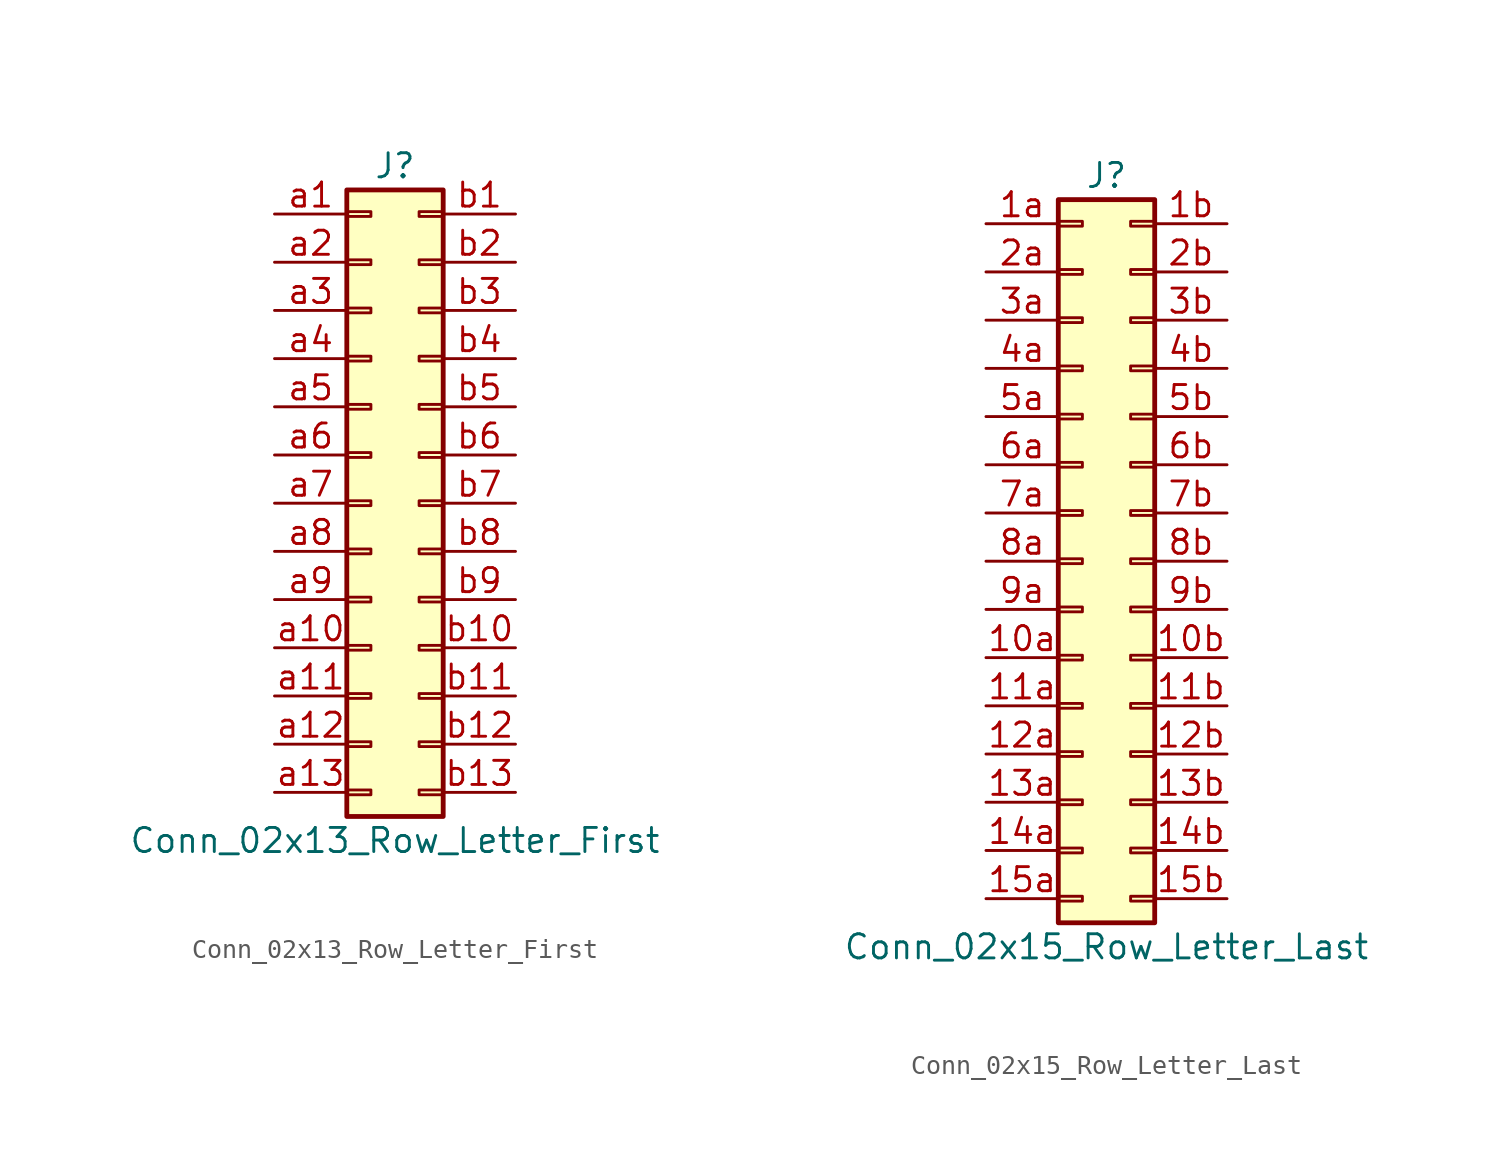
<source format=kicad_sym>
(kicad_symbol_lib
  (version 20201005)
  (generator kicad_symbol_editor)
  (symbol "Connector_Generic:Conn_02x13_Row_Letter_First"
    (pin_names
      (offset 1.016) hide)
    (property "Reference" "J"
      (at 1.27 17.78 0)
      (effects (font (size 1.27 1.27))))
    (property "Value" "Conn_02x13_Row_Letter_First"
      (at 1.27 -17.78 0)
      (effects (font (size 1.27 1.27))))
    (symbol "Conn_02x13_Row_Letter_First_1_1"
      (rectangle (start -1.27 -4.953) (end 0 -5.207) (stroke (width 0.152)) (fill (type none)))
      (rectangle (start -1.27 -7.493) (end 0 -7.747) (stroke (width 0.152)) (fill (type none)))
      (rectangle (start -1.27 -10.033) (end 0 -10.287) (stroke (width 0.152)) (fill (type none)))
      (rectangle (start -1.27 -12.573) (end 0 -12.827) (stroke (width 0.152)) (fill (type none)))
      (rectangle (start -1.27 -15.113) (end 0 -15.367) (stroke (width 0.152)) (fill (type none)))
      (rectangle (start -1.27 -2.413) (end 0 -2.667) (stroke (width 0.152)) (fill (type none)))
      (rectangle (start -1.27 2.667) (end 0 2.413) (stroke (width 0.152)) (fill (type none)))
      (rectangle (start -1.27 5.207) (end 0 4.953) (stroke (width 0.152)) (fill (type none)))
      (rectangle (start -1.27 7.747) (end 0 7.493) (stroke (width 0.152)) (fill (type none)))
      (rectangle (start -1.27 10.287) (end 0 10.033) (stroke (width 0.152)) (fill (type none)))
      (rectangle (start -1.27 0.127) (end 0 -0.127) (stroke (width 0.152)) (fill (type none)))
      (rectangle (start -1.27 12.827) (end 0 12.573) (stroke (width 0.152)) (fill (type none)))
      (rectangle (start -1.27 15.367) (end 0 15.113) (stroke (width 0.152)) (fill (type none)))
      (rectangle (start -1.27 16.51) (end 3.81 -16.51) (stroke (width 0.254)) (fill (type background)))
      (rectangle (start 3.81 -4.953) (end 2.54 -5.207) (stroke (width 0.152)) (fill (type none)))
      (rectangle (start 3.81 -7.493) (end 2.54 -7.747) (stroke (width 0.152)) (fill (type none)))
      (rectangle (start 3.81 -10.033) (end 2.54 -10.287) (stroke (width 0.152)) (fill (type none)))
      (rectangle (start 3.81 -12.573) (end 2.54 -12.827) (stroke (width 0.152)) (fill (type none)))
      (rectangle (start 3.81 -15.113) (end 2.54 -15.367) (stroke (width 0.152)) (fill (type none)))
      (rectangle (start 3.81 -2.413) (end 2.54 -2.667) (stroke (width 0.152)) (fill (type none)))
      (rectangle (start 3.81 2.667) (end 2.54 2.413) (stroke (width 0.152)) (fill (type none)))
      (rectangle (start 3.81 5.207) (end 2.54 4.953) (stroke (width 0.152)) (fill (type none)))
      (rectangle (start 3.81 7.747) (end 2.54 7.493) (stroke (width 0.152)) (fill (type none)))
      (rectangle (start 3.81 10.287) (end 2.54 10.033) (stroke (width 0.152)) (fill (type none)))
      (rectangle (start 3.81 0.127) (end 2.54 -0.127) (stroke (width 0.152)) (fill (type none)))
      (rectangle (start 3.81 12.827) (end 2.54 12.573) (stroke (width 0.152)) (fill (type none)))
      (rectangle (start 3.81 15.367) (end 2.54 15.113) (stroke (width 0.152)) (fill (type none)))
      (pin passive line (at -5.08 15.24 0) (length 3.81) (name "Pin_a1" (effects (font (size 1.27 1.27)))) (number "a1" (effects (font (size 1.27 1.27)))))
      (pin passive line (at -5.08 -7.62 0) (length 3.81) (name "Pin_a10" (effects (font (size 1.27 1.27)))) (number "a10" (effects (font (size 1.27 1.27)))))
      (pin passive line (at -5.08 -10.16 0) (length 3.81) (name "Pin_a11" (effects (font (size 1.27 1.27)))) (number "a11" (effects (font (size 1.27 1.27)))))
      (pin passive line (at -5.08 -12.7 0) (length 3.81) (name "Pin_a12" (effects (font (size 1.27 1.27)))) (number "a12" (effects (font (size 1.27 1.27)))))
      (pin passive line (at -5.08 -15.24 0) (length 3.81) (name "Pin_a13" (effects (font (size 1.27 1.27)))) (number "a13" (effects (font (size 1.27 1.27)))))
      (pin passive line (at -5.08 12.7 0) (length 3.81) (name "Pin_a2" (effects (font (size 1.27 1.27)))) (number "a2" (effects (font (size 1.27 1.27)))))
      (pin passive line (at -5.08 10.16 0) (length 3.81) (name "Pin_a3" (effects (font (size 1.27 1.27)))) (number "a3" (effects (font (size 1.27 1.27)))))
      (pin passive line (at -5.08 7.62 0) (length 3.81) (name "Pin_a4" (effects (font (size 1.27 1.27)))) (number "a4" (effects (font (size 1.27 1.27)))))
      (pin passive line (at -5.08 5.08 0) (length 3.81) (name "Pin_a5" (effects (font (size 1.27 1.27)))) (number "a5" (effects (font (size 1.27 1.27)))))
      (pin passive line (at -5.08 2.54 0) (length 3.81) (name "Pin_a6" (effects (font (size 1.27 1.27)))) (number "a6" (effects (font (size 1.27 1.27)))))
      (pin passive line (at -5.08 0 0) (length 3.81) (name "Pin_a7" (effects (font (size 1.27 1.27)))) (number "a7" (effects (font (size 1.27 1.27)))))
      (pin passive line (at -5.08 -2.54 0) (length 3.81) (name "Pin_a8" (effects (font (size 1.27 1.27)))) (number "a8" (effects (font (size 1.27 1.27)))))
      (pin passive line (at -5.08 -5.08 0) (length 3.81) (name "Pin_a9" (effects (font (size 1.27 1.27)))) (number "a9" (effects (font (size 1.27 1.27)))))
      (pin passive line (at 7.62 15.24 180) (length 3.81) (name "Pin_b1" (effects (font (size 1.27 1.27)))) (number "b1" (effects (font (size 1.27 1.27)))))
      (pin passive line (at 7.62 -7.62 180) (length 3.81) (name "Pin_b10" (effects (font (size 1.27 1.27)))) (number "b10" (effects (font (size 1.27 1.27)))))
      (pin passive line (at 7.62 -10.16 180) (length 3.81) (name "Pin_b11" (effects (font (size 1.27 1.27)))) (number "b11" (effects (font (size 1.27 1.27)))))
      (pin passive line (at 7.62 -12.7 180) (length 3.81) (name "Pin_b12" (effects (font (size 1.27 1.27)))) (number "b12" (effects (font (size 1.27 1.27)))))
      (pin passive line (at 7.62 -15.24 180) (length 3.81) (name "Pin_b13" (effects (font (size 1.27 1.27)))) (number "b13" (effects (font (size 1.27 1.27)))))
      (pin passive line (at 7.62 12.7 180) (length 3.81) (name "Pin_b2" (effects (font (size 1.27 1.27)))) (number "b2" (effects (font (size 1.27 1.27)))))
      (pin passive line (at 7.62 10.16 180) (length 3.81) (name "Pin_b3" (effects (font (size 1.27 1.27)))) (number "b3" (effects (font (size 1.27 1.27)))))
      (pin passive line (at 7.62 7.62 180) (length 3.81) (name "Pin_b4" (effects (font (size 1.27 1.27)))) (number "b4" (effects (font (size 1.27 1.27)))))
      (pin passive line (at 7.62 5.08 180) (length 3.81) (name "Pin_b5" (effects (font (size 1.27 1.27)))) (number "b5" (effects (font (size 1.27 1.27)))))
      (pin passive line (at 7.62 2.54 180) (length 3.81) (name "Pin_b6" (effects (font (size 1.27 1.27)))) (number "b6" (effects (font (size 1.27 1.27)))))
      (pin passive line (at 7.62 0 180) (length 3.81) (name "Pin_b7" (effects (font (size 1.27 1.27)))) (number "b7" (effects (font (size 1.27 1.27)))))
      (pin passive line (at 7.62 -2.54 180) (length 3.81) (name "Pin_b8" (effects (font (size 1.27 1.27)))) (number "b8" (effects (font (size 1.27 1.27)))))
      (pin passive line (at 7.62 -5.08 180) (length 3.81) (name "Pin_b9" (effects (font (size 1.27 1.27)))) (number "b9" (effects (font (size 1.27 1.27)))))))
  (symbol "Connector_Generic:Conn_02x15_Row_Letter_Last"
    (pin_names
      (offset 1.016) hide)
    (property "Reference" "J"
      (at 1.27 20.32 0)
      (effects (font (size 1.27 1.27))))
    (property "Value" "Conn_02x15_Row_Letter_Last"
      (at 1.27 -20.32 0)
      (effects (font (size 1.27 1.27))))
    (symbol "Conn_02x15_Row_Letter_Last_1_1"
      (rectangle (start -1.27 -4.953) (end 0 -5.207) (stroke (width 0.152)) (fill (type none)))
      (rectangle (start -1.27 -7.493) (end 0 -7.747) (stroke (width 0.152)) (fill (type none)))
      (rectangle (start -1.27 -10.033) (end 0 -10.287) (stroke (width 0.152)) (fill (type none)))
      (rectangle (start -1.27 -12.573) (end 0 -12.827) (stroke (width 0.152)) (fill (type none)))
      (rectangle (start -1.27 -15.113) (end 0 -15.367) (stroke (width 0.152)) (fill (type none)))
      (rectangle (start -1.27 -17.653) (end 0 -17.907) (stroke (width 0.152)) (fill (type none)))
      (rectangle (start -1.27 -2.413) (end 0 -2.667) (stroke (width 0.152)) (fill (type none)))
      (rectangle (start -1.27 2.667) (end 0 2.413) (stroke (width 0.152)) (fill (type none)))
      (rectangle (start -1.27 5.207) (end 0 4.953) (stroke (width 0.152)) (fill (type none)))
      (rectangle (start -1.27 7.747) (end 0 7.493) (stroke (width 0.152)) (fill (type none)))
      (rectangle (start -1.27 10.287) (end 0 10.033) (stroke (width 0.152)) (fill (type none)))
      (rectangle (start -1.27 0.127) (end 0 -0.127) (stroke (width 0.152)) (fill (type none)))
      (rectangle (start -1.27 12.827) (end 0 12.573) (stroke (width 0.152)) (fill (type none)))
      (rectangle (start -1.27 15.367) (end 0 15.113) (stroke (width 0.152)) (fill (type none)))
      (rectangle (start -1.27 17.907) (end 0 17.653) (stroke (width 0.152)) (fill (type none)))
      (rectangle (start -1.27 19.05) (end 3.81 -19.05) (stroke (width 0.254)) (fill (type background)))
      (rectangle (start 3.81 -4.953) (end 2.54 -5.207) (stroke (width 0.152)) (fill (type none)))
      (rectangle (start 3.81 -7.493) (end 2.54 -7.747) (stroke (width 0.152)) (fill (type none)))
      (rectangle (start 3.81 -10.033) (end 2.54 -10.287) (stroke (width 0.152)) (fill (type none)))
      (rectangle (start 3.81 -12.573) (end 2.54 -12.827) (stroke (width 0.152)) (fill (type none)))
      (rectangle (start 3.81 -15.113) (end 2.54 -15.367) (stroke (width 0.152)) (fill (type none)))
      (rectangle (start 3.81 -17.653) (end 2.54 -17.907) (stroke (width 0.152)) (fill (type none)))
      (rectangle (start 3.81 -2.413) (end 2.54 -2.667) (stroke (width 0.152)) (fill (type none)))
      (rectangle (start 3.81 2.667) (end 2.54 2.413) (stroke (width 0.152)) (fill (type none)))
      (rectangle (start 3.81 5.207) (end 2.54 4.953) (stroke (width 0.152)) (fill (type none)))
      (rectangle (start 3.81 7.747) (end 2.54 7.493) (stroke (width 0.152)) (fill (type none)))
      (rectangle (start 3.81 10.287) (end 2.54 10.033) (stroke (width 0.152)) (fill (type none)))
      (rectangle (start 3.81 0.127) (end 2.54 -0.127) (stroke (width 0.152)) (fill (type none)))
      (rectangle (start 3.81 12.827) (end 2.54 12.573) (stroke (width 0.152)) (fill (type none)))
      (rectangle (start 3.81 15.367) (end 2.54 15.113) (stroke (width 0.152)) (fill (type none)))
      (rectangle (start 3.81 17.907) (end 2.54 17.653) (stroke (width 0.152)) (fill (type none)))
      (pin passive line (at -5.08 -5.08 0) (length 3.81) (name "Pin_10a" (effects (font (size 1.27 1.27)))) (number "10a" (effects (font (size 1.27 1.27)))))
      (pin passive line (at 7.62 -5.08 180) (length 3.81) (name "Pin_10b" (effects (font (size 1.27 1.27)))) (number "10b" (effects (font (size 1.27 1.27)))))
      (pin passive line (at -5.08 -7.62 0) (length 3.81) (name "Pin_11a" (effects (font (size 1.27 1.27)))) (number "11a" (effects (font (size 1.27 1.27)))))
      (pin passive line (at 7.62 -7.62 180) (length 3.81) (name "Pin_11b" (effects (font (size 1.27 1.27)))) (number "11b" (effects (font (size 1.27 1.27)))))
      (pin passive line (at -5.08 -10.16 0) (length 3.81) (name "Pin_12a" (effects (font (size 1.27 1.27)))) (number "12a" (effects (font (size 1.27 1.27)))))
      (pin passive line (at 7.62 -10.16 180) (length 3.81) (name "Pin_12b" (effects (font (size 1.27 1.27)))) (number "12b" (effects (font (size 1.27 1.27)))))
      (pin passive line (at -5.08 -12.7 0) (length 3.81) (name "Pin_13a" (effects (font (size 1.27 1.27)))) (number "13a" (effects (font (size 1.27 1.27)))))
      (pin passive line (at 7.62 -12.7 180) (length 3.81) (name "Pin_13b" (effects (font (size 1.27 1.27)))) (number "13b" (effects (font (size 1.27 1.27)))))
      (pin passive line (at -5.08 -15.24 0) (length 3.81) (name "Pin_14a" (effects (font (size 1.27 1.27)))) (number "14a" (effects (font (size 1.27 1.27)))))
      (pin passive line (at 7.62 -15.24 180) (length 3.81) (name "Pin_14b" (effects (font (size 1.27 1.27)))) (number "14b" (effects (font (size 1.27 1.27)))))
      (pin passive line (at -5.08 -17.78 0) (length 3.81) (name "Pin_15a" (effects (font (size 1.27 1.27)))) (number "15a" (effects (font (size 1.27 1.27)))))
      (pin passive line (at 7.62 -17.78 180) (length 3.81) (name "Pin_15b" (effects (font (size 1.27 1.27)))) (number "15b" (effects (font (size 1.27 1.27)))))
      (pin passive line (at -5.08 17.78 0) (length 3.81) (name "Pin_1a" (effects (font (size 1.27 1.27)))) (number "1a" (effects (font (size 1.27 1.27)))))
      (pin passive line (at 7.62 17.78 180) (length 3.81) (name "Pin_1b" (effects (font (size 1.27 1.27)))) (number "1b" (effects (font (size 1.27 1.27)))))
      (pin passive line (at -5.08 15.24 0) (length 3.81) (name "Pin_2a" (effects (font (size 1.27 1.27)))) (number "2a" (effects (font (size 1.27 1.27)))))
      (pin passive line (at 7.62 15.24 180) (length 3.81) (name "Pin_2b" (effects (font (size 1.27 1.27)))) (number "2b" (effects (font (size 1.27 1.27)))))
      (pin passive line (at -5.08 12.7 0) (length 3.81) (name "Pin_3a" (effects (font (size 1.27 1.27)))) (number "3a" (effects (font (size 1.27 1.27)))))
      (pin passive line (at 7.62 12.7 180) (length 3.81) (name "Pin_3b" (effects (font (size 1.27 1.27)))) (number "3b" (effects (font (size 1.27 1.27)))))
      (pin passive line (at -5.08 10.16 0) (length 3.81) (name "Pin_4a" (effects (font (size 1.27 1.27)))) (number "4a" (effects (font (size 1.27 1.27)))))
      (pin passive line (at 7.62 10.16 180) (length 3.81) (name "Pin_4b" (effects (font (size 1.27 1.27)))) (number "4b" (effects (font (size 1.27 1.27)))))
      (pin passive line (at -5.08 7.62 0) (length 3.81) (name "Pin_5a" (effects (font (size 1.27 1.27)))) (number "5a" (effects (font (size 1.27 1.27)))))
      (pin passive line (at 7.62 7.62 180) (length 3.81) (name "Pin_5b" (effects (font (size 1.27 1.27)))) (number "5b" (effects (font (size 1.27 1.27)))))
      (pin passive line (at -5.08 5.08 0) (length 3.81) (name "Pin_6a" (effects (font (size 1.27 1.27)))) (number "6a" (effects (font (size 1.27 1.27)))))
      (pin passive line (at 7.62 5.08 180) (length 3.81) (name "Pin_6b" (effects (font (size 1.27 1.27)))) (number "6b" (effects (font (size 1.27 1.27)))))
      (pin passive line (at -5.08 2.54 0) (length 3.81) (name "Pin_7a" (effects (font (size 1.27 1.27)))) (number "7a" (effects (font (size 1.27 1.27)))))
      (pin passive line (at 7.62 2.54 180) (length 3.81) (name "Pin_7b" (effects (font (size 1.27 1.27)))) (number "7b" (effects (font (size 1.27 1.27)))))
      (pin passive line (at -5.08 0 0) (length 3.81) (name "Pin_8a" (effects (font (size 1.27 1.27)))) (number "8a" (effects (font (size 1.27 1.27)))))
      (pin passive line (at 7.62 0 180) (length 3.81) (name "Pin_8b" (effects (font (size 1.27 1.27)))) (number "8b" (effects (font (size 1.27 1.27)))))
      (pin passive line (at -5.08 -2.54 0) (length 3.81) (name "Pin_9a" (effects (font (size 1.27 1.27)))) (number "9a" (effects (font (size 1.27 1.27)))))
      (pin passive line (at 7.62 -2.54 180) (length 3.81) (name "Pin_9b" (effects (font (size 1.27 1.27)))) (number "9b" (effects (font (size 1.27 1.27))))))))
</source>
